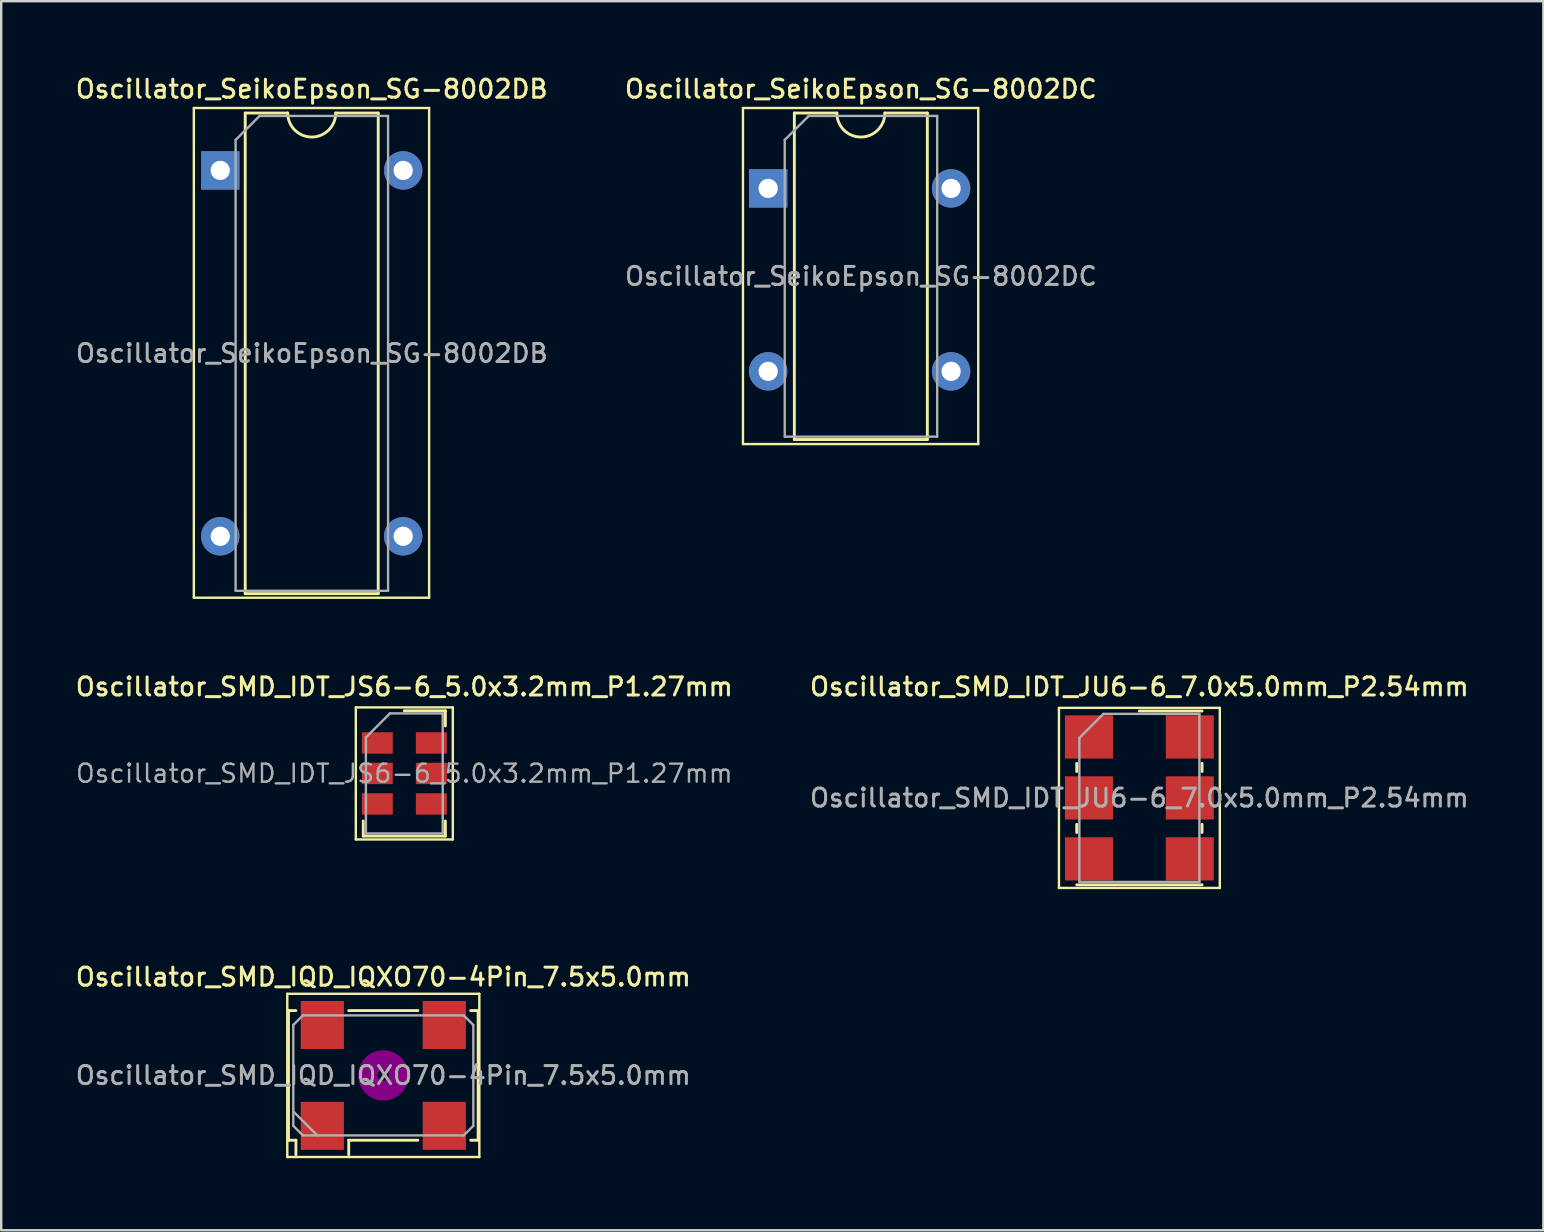
<source format=kicad_pcb>
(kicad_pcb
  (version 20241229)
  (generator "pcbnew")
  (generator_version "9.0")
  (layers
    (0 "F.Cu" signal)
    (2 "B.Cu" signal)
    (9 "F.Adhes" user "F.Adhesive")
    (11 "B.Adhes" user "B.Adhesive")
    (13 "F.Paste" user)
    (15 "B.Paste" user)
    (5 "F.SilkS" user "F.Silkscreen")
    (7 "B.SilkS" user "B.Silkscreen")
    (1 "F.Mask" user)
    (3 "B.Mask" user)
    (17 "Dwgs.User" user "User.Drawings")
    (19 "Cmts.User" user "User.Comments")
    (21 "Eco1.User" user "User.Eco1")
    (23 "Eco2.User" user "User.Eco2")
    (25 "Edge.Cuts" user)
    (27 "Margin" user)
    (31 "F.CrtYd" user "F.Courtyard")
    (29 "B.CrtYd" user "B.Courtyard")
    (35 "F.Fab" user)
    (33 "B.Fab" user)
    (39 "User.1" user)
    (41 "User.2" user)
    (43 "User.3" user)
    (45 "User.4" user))
  (footprint "Oscillator_SMD_IDT_JS6-6_5.0x3.2mm_P1.27mm"
    (layer "F.Cu")
    (at 13.791 29.166)
    (property "Reference" "Oscillator_SMD_IDT_JS6-6_5.0x3.2mm_P1.27mm" (at 0 -3.61 0) (layer "F.SilkS") (effects (font (size 0.75 0.75) (thickness 0.125))))
    (attr smd)
    (fp_line (start -2.02 -2.75) (end -2.02 2.75) (stroke (width 0.1) (type solid)) (layer "F.SilkS"))
    (fp_line (start -2.02 2.75) (end 2.02 2.75) (stroke (width 0.1) (type solid)) (layer "F.SilkS"))
    (fp_line (start -1.71 2.61) (end -1.71 1.98) (stroke (width 0.12) (type solid)) (layer "F.SilkS"))
    (fp_line (start 0 -2.61) (end 1.71 -2.61) (stroke (width 0.12) (type solid)) (layer "F.SilkS"))
    (fp_line (start 1.71 -2.61) (end 1.71 -1.98) (stroke (width 0.12) (type solid)) (layer "F.SilkS"))
    (fp_line (start 1.71 1.98) (end 1.71 2.61) (stroke (width 0.12) (type solid)) (layer "F.SilkS"))
    (fp_line (start 1.71 2.61) (end -1.71 2.61) (stroke (width 0.12) (type solid)) (layer "F.SilkS"))
    (fp_line (start 2.02 -2.75) (end -2.02 -2.75) (stroke (width 0.1) (type solid)) (layer "F.SilkS"))
    (fp_line (start 2.02 2.75) (end 2.02 -2.75) (stroke (width 0.1) (type solid)) (layer "F.SilkS"))
    (fp_line (start -1.6 -1.5) (end -1.6 2.5) (stroke (width 0.1) (type solid)) (layer "F.Fab"))
    (fp_line (start -1.6 2.5) (end 1.6 2.5) (stroke (width 0.1) (type solid)) (layer "F.Fab"))
    (fp_line (start -0.6 -2.5) (end -1.6 -1.5) (stroke (width 0.1) (type solid)) (layer "F.Fab"))
    (fp_line (start 1.6 -2.5) (end -0.6 -2.5) (stroke (width 0.1) (type solid)) (layer "F.Fab"))
    (fp_line (start 1.6 2.5) (end 1.6 -2.5) (stroke (width 0.1) (type solid)) (layer "F.Fab"))
    (fp_text user "${REFERENCE}" (at 0 0 0) (layer "F.Fab") (effects (font (size 0.75 0.75) (thickness 0.1))))
    (pad "1" smd rect (at -1.125 -1.27 270) (size 0.89 1.29) (layers "F.Cu" "F.Mask" "F.Paste"))
    (pad "2" smd rect (at -1.125 0 270) (size 0.89 1.29) (layers "F.Cu" "F.Mask" "F.Paste"))
    (pad "3" smd rect (at -1.125 1.27 270) (size 0.89 1.29) (layers "F.Cu" "F.Mask" "F.Paste"))
    (pad "4" smd rect (at 1.125 1.27 270) (size 0.89 1.29) (layers "F.Cu" "F.Mask" "F.Paste"))
    (pad "5" smd rect (at 1.125 0 270) (size 0.89 1.29) (layers "F.Cu" "F.Mask" "F.Paste"))
    (pad "6" smd rect (at 1.125 -1.27 270) (size 0.89 1.29) (layers "F.Cu" "F.Mask" "F.Paste")))
  (footprint "Oscillator_SeikoEpson_SG-8002DB"
    (layer "F.Cu")
    (at 6.124 4.048)
    (property "Reference" "Oscillator_SeikoEpson_SG-8002DB" (at 3.81 -3.39 0) (layer "F.SilkS") (effects (font (size 0.75 0.75) (thickness 0.125))))
    (attr through_hole)
    (fp_line (start -1.1 -2.6) (end -1.1 17.8) (stroke (width 0.1) (type solid)) (layer "F.SilkS"))
    (fp_line (start -1.1 17.8) (end 8.7 17.8) (stroke (width 0.1) (type solid)) (layer "F.SilkS"))
    (fp_line (start 1.04 -2.39) (end 1.04 17.63) (stroke (width 0.12) (type solid)) (layer "F.SilkS"))
    (fp_line (start 1.04 17.63) (end 6.58 17.63) (stroke (width 0.12) (type solid)) (layer "F.SilkS"))
    (fp_line (start 2.81 -2.39) (end 1.04 -2.39) (stroke (width 0.12) (type solid)) (layer "F.SilkS"))
    (fp_line (start 6.58 -2.39) (end 4.81 -2.39) (stroke (width 0.12) (type solid)) (layer "F.SilkS"))
    (fp_line (start 6.58 17.63) (end 6.58 -2.39) (stroke (width 0.12) (type solid)) (layer "F.SilkS"))
    (fp_line (start 8.7 -2.6) (end -1.1 -2.6) (stroke (width 0.1) (type solid)) (layer "F.SilkS"))
    (fp_line (start 8.7 17.8) (end 8.7 -2.6) (stroke (width 0.1) (type solid)) (layer "F.SilkS"))
    (fp_arc (start 4.81 -2.39) (mid 3.81 -1.39) (end 2.81 -2.39) (stroke (width 0.12) (type solid)) (layer "F.SilkS"))
    (fp_line (start 0.64 -1.27) (end 1.64 -2.27) (stroke (width 0.1) (type solid)) (layer "F.Fab"))
    (fp_line (start 0.64 17.51) (end 0.64 -1.27) (stroke (width 0.1) (type solid)) (layer "F.Fab"))
    (fp_line (start 1.64 -2.27) (end 6.99 -2.27) (stroke (width 0.1) (type solid)) (layer "F.Fab"))
    (fp_line (start 6.99 -2.27) (end 6.99 17.51) (stroke (width 0.1) (type solid)) (layer "F.Fab"))
    (fp_line (start 6.99 17.51) (end 0.64 17.51) (stroke (width 0.1) (type solid)) (layer "F.Fab"))
    (fp_text user "${REFERENCE}" (at 3.815 7.62 0) (layer "F.Fab") (effects (font (size 0.75 0.75) (thickness 0.125))))
    (pad "1" thru_hole rect (at 0 0) (size 1.6 1.6) (drill 0.8) (layers "*.Cu" "*.Mask"))
    (pad "7" thru_hole oval (at 0 15.24) (size 1.6 1.6) (drill 0.8) (layers "*.Cu" "*.Mask"))
    (pad "8" thru_hole oval (at 7.62 15.24) (size 1.6 1.6) (drill 0.8) (layers "*.Cu" "*.Mask"))
    (pad "14" thru_hole oval (at 7.62 0) (size 1.6 1.6) (drill 0.8) (layers "*.Cu" "*.Mask")))
  (footprint "Oscillator_SMD_IDT_JU6-6_7.0x5.0mm_P2.54mm"
    (layer "F.Cu")
    (at 44.409 30.186)
    (property "Reference" "Oscillator_SMD_IDT_JU6-6_7.0x5.0mm_P2.54mm" (at 0 -4.63 0) (layer "F.SilkS") (effects (font (size 0.75 0.75) (thickness 0.125))))
    (attr smd)
    (fp_line (start -3.35 -3.75) (end -3.35 3.75) (stroke (width 0.1) (type solid)) (layer "F.SilkS"))
    (fp_line (start -3.35 3.75) (end 3.35 3.75) (stroke (width 0.1) (type solid)) (layer "F.SilkS"))
    (fp_line (start -2.61 -1.1) (end -2.61 -1.44) (stroke (width 0.12) (type solid)) (layer "F.SilkS"))
    (fp_line (start -2.61 1.44) (end -2.61 1.1) (stroke (width 0.12) (type solid)) (layer "F.SilkS"))
    (fp_line (start 0 -3.62) (end 2.61 -3.62) (stroke (width 0.12) (type solid)) (layer "F.SilkS"))
    (fp_line (start 2.61 -1.44) (end 2.61 -1.1) (stroke (width 0.12) (type solid)) (layer "F.SilkS"))
    (fp_line (start 2.61 1.1) (end 2.61 1.44) (stroke (width 0.12) (type solid)) (layer "F.SilkS"))
    (fp_line (start 2.61 3.62) (end -2.61 3.62) (stroke (width 0.12) (type solid)) (layer "F.SilkS"))
    (fp_line (start 3.35 -3.75) (end -3.35 -3.75) (stroke (width 0.1) (type solid)) (layer "F.SilkS"))
    (fp_line (start 3.35 3.75) (end 3.35 -3.75) (stroke (width 0.1) (type solid)) (layer "F.SilkS"))
    (fp_line (start -2.5 -2.5) (end -2.5 3.5) (stroke (width 0.1) (type solid)) (layer "F.Fab"))
    (fp_line (start -2.5 3.5) (end 2.5 3.5) (stroke (width 0.1) (type solid)) (layer "F.Fab"))
    (fp_line (start -1.5 -3.5) (end -2.5 -2.5) (stroke (width 0.1) (type solid)) (layer "F.Fab"))
    (fp_line (start 2.5 -3.5) (end -1.5 -3.5) (stroke (width 0.1) (type solid)) (layer "F.Fab"))
    (fp_line (start 2.5 3.5) (end 2.5 -3.5) (stroke (width 0.1) (type solid)) (layer "F.Fab"))
    (fp_text user "${REFERENCE}" (at 0 0 0) (layer "F.Fab") (effects (font (size 0.75 0.75) (thickness 0.125))))
    (pad "1" smd rect (at -2.1 -2.54 270) (size 1.8 2) (layers "F.Cu" "F.Mask" "F.Paste"))
    (pad "2" smd rect (at -2.1 0 270) (size 1.8 2) (layers "F.Cu" "F.Mask" "F.Paste"))
    (pad "3" smd rect (at -2.1 2.54 270) (size 1.8 2) (layers "F.Cu" "F.Mask" "F.Paste"))
    (pad "4" smd rect (at 2.1 2.54 270) (size 1.8 2) (layers "F.Cu" "F.Mask" "F.Paste"))
    (pad "5" smd rect (at 2.1 0 270) (size 1.8 2) (layers "F.Cu" "F.Mask" "F.Paste"))
    (pad "6" smd rect (at 2.1 -2.54 270) (size 1.8 2) (layers "F.Cu" "F.Mask" "F.Paste")))
  (footprint "Oscillator_SeikoEpson_SG-8002DC"
    (layer "F.Cu")
    (at 28.947 4.798)
    (property "Reference" "Oscillator_SeikoEpson_SG-8002DC" (at 3.86 -4.14 0) (layer "F.SilkS") (effects (font (size 0.75 0.75) (thickness 0.125))))
    (attr through_hole)
    (fp_line (start -1.05 -3.35) (end -1.05 10.65) (stroke (width 0.1) (type solid)) (layer "F.SilkS"))
    (fp_line (start -1.05 10.65) (end 8.75 10.65) (stroke (width 0.1) (type solid)) (layer "F.SilkS"))
    (fp_line (start 1.09 -3.14) (end 1.09 10.46) (stroke (width 0.12) (type solid)) (layer "F.SilkS"))
    (fp_line (start 1.09 10.46) (end 6.63 10.46) (stroke (width 0.12) (type solid)) (layer "F.SilkS"))
    (fp_line (start 2.86 -3.14) (end 1.09 -3.14) (stroke (width 0.12) (type solid)) (layer "F.SilkS"))
    (fp_line (start 6.63 -3.14) (end 4.86 -3.14) (stroke (width 0.12) (type solid)) (layer "F.SilkS"))
    (fp_line (start 6.63 10.46) (end 6.63 -3.14) (stroke (width 0.12) (type solid)) (layer "F.SilkS"))
    (fp_line (start 8.75 -3.35) (end -1.05 -3.35) (stroke (width 0.1) (type solid)) (layer "F.SilkS"))
    (fp_line (start 8.75 10.65) (end 8.75 -3.35) (stroke (width 0.1) (type solid)) (layer "F.SilkS"))
    (fp_arc (start 4.86 -3.14) (mid 3.86 -2.14) (end 2.86 -3.14) (stroke (width 0.12) (type solid)) (layer "F.SilkS"))
    (fp_line (start 0.69 -2.02) (end 1.69 -3.02) (stroke (width 0.1) (type solid)) (layer "F.Fab"))
    (fp_line (start 0.69 10.34) (end 0.69 -2.02) (stroke (width 0.1) (type solid)) (layer "F.Fab"))
    (fp_line (start 1.69 -3.02) (end 7.04 -3.02) (stroke (width 0.1) (type solid)) (layer "F.Fab"))
    (fp_line (start 7.04 -3.02) (end 7.04 10.34) (stroke (width 0.1) (type solid)) (layer "F.Fab"))
    (fp_line (start 7.04 10.34) (end 0.69 10.34) (stroke (width 0.1) (type solid)) (layer "F.Fab"))
    (fp_text user "${REFERENCE}" (at 3.865 3.66 0) (layer "F.Fab") (effects (font (size 0.75 0.75) (thickness 0.125))))
    (pad "1" thru_hole rect (at 0 0) (size 1.6 1.6) (drill 0.8) (layers "*.Cu" "*.Mask"))
    (pad "4" thru_hole oval (at 0 7.62) (size 1.6 1.6) (drill 0.8) (layers "*.Cu" "*.Mask"))
    (pad "5" thru_hole oval (at 7.62 7.62) (size 1.6 1.6) (drill 0.8) (layers "*.Cu" "*.Mask"))
    (pad "8" thru_hole oval (at 7.62 0) (size 1.6 1.6) (drill 0.8) (layers "*.Cu" "*.Mask")))
  (footprint "Oscillator_SMD_IQD_IQXO70-4Pin_7.5x5.0mm"
    (layer "F.Cu")
    (at 12.916 41.744)
    (property "Reference" "Oscillator_SMD_IQD_IQXO70-4Pin_7.5x5.0mm" (at 0 -4.1 0) (layer "F.SilkS") (effects (font (size 0.75 0.75) (thickness 0.125))))
    (attr smd)
    (fp_line (start -4 -3.4) (end -4 3.4) (stroke (width 0.1) (type solid)) (layer "F.SilkS"))
    (fp_line (start -4 3.4) (end 4 3.4) (stroke (width 0.1) (type solid)) (layer "F.SilkS"))
    (fp_line (start -3.95 -2.7) (end -3.64 -2.7) (stroke (width 0.12) (type solid)) (layer "F.SilkS"))
    (fp_line (start -3.95 2.7) (end -3.95 -2.7) (stroke (width 0.12) (type solid)) (layer "F.SilkS"))
    (fp_line (start -3.64 2.7) (end -3.95 2.7) (stroke (width 0.12) (type solid)) (layer "F.SilkS"))
    (fp_line (start -3.64 3.3) (end -3.64 2.7) (stroke (width 0.12) (type solid)) (layer "F.SilkS"))
    (fp_line (start -1.44 -2.7) (end 1.44 -2.7) (stroke (width 0.12) (type solid)) (layer "F.SilkS"))
    (fp_line (start -1.44 2.7) (end -1.44 3.3) (stroke (width 0.12) (type solid)) (layer "F.SilkS"))
    (fp_line (start 1.44 2.7) (end -1.44 2.7) (stroke (width 0.12) (type solid)) (layer "F.SilkS"))
    (fp_line (start 3.64 -2.7) (end 3.95 -2.7) (stroke (width 0.12) (type solid)) (layer "F.SilkS"))
    (fp_line (start 3.95 -2.7) (end 3.95 2.7) (stroke (width 0.12) (type solid)) (layer "F.SilkS"))
    (fp_line (start 3.95 2.7) (end 3.64 2.7) (stroke (width 0.12) (type solid)) (layer "F.SilkS"))
    (fp_line (start 4 -3.4) (end -4 -3.4) (stroke (width 0.1) (type solid)) (layer "F.SilkS"))
    (fp_line (start 4 3.4) (end 4 -3.4) (stroke (width 0.1) (type solid)) (layer "F.SilkS"))
    (fp_circle (center 0 0) (end 0.233 0) (stroke (width 0.467) (type solid)) (fill no) (layer "F.Adhes"))
    (fp_circle (center 0 0) (end 0.533 0) (stroke (width 0.333) (type solid)) (fill no) (layer "F.Adhes"))
    (fp_circle (center 0 0) (end 0.833 0) (stroke (width 0.333) (type solid)) (fill no) (layer "F.Adhes"))
    (fp_circle (center 0 0) (end 1 0) (stroke (width 0.1) (type solid)) (fill no) (layer "F.Adhes"))
    (fp_line (start -3.75 -2.1) (end -3.35 -2.5) (stroke (width 0.1) (type solid)) (layer "F.Fab"))
    (fp_line (start -3.75 1.5) (end -2.75 2.5) (stroke (width 0.1) (type solid)) (layer "F.Fab"))
    (fp_line (start -3.75 2.1) (end -3.75 -2.1) (stroke (width 0.1) (type solid)) (layer "F.Fab"))
    (fp_line (start -3.35 -2.5) (end 3.35 -2.5) (stroke (width 0.1) (type solid)) (layer "F.Fab"))
    (fp_line (start -3.35 2.5) (end -3.75 2.1) (stroke (width 0.1) (type solid)) (layer "F.Fab"))
    (fp_line (start 3.35 -2.5) (end 3.75 -2.1) (stroke (width 0.1) (type solid)) (layer "F.Fab"))
    (fp_line (start 3.35 2.5) (end -3.35 2.5) (stroke (width 0.1) (type solid)) (layer "F.Fab"))
    (fp_line (start 3.75 -2.1) (end 3.75 2.1) (stroke (width 0.1) (type solid)) (layer "F.Fab"))
    (fp_line (start 3.75 2.1) (end 3.35 2.5) (stroke (width 0.1) (type solid)) (layer "F.Fab"))
    (fp_text user "${REFERENCE}" (at 0 0 0) (layer "F.Fab") (effects (font (size 0.75 0.75) (thickness 0.125))))
    (pad "1" smd rect (at -2.54 2.1) (size 1.8 2) (layers "F.Cu" "F.Mask" "F.Paste"))
    (pad "2" smd rect (at 2.54 2.1) (size 1.8 2) (layers "F.Cu" "F.Mask" "F.Paste"))
    (pad "3" smd rect (at 2.54 -2.1) (size 1.8 2) (layers "F.Cu" "F.Mask" "F.Paste"))
    (pad "4" smd rect (at -2.54 -2.1) (size 1.8 2) (layers "F.Cu" "F.Mask" "F.Paste")))
  (gr_rect
    (start -3 -3)
    (end 61.236 48.194)
    (stroke (width 0.1) (type default))
    (fill no)
    (layer "Edge.Cuts")))
</source>
